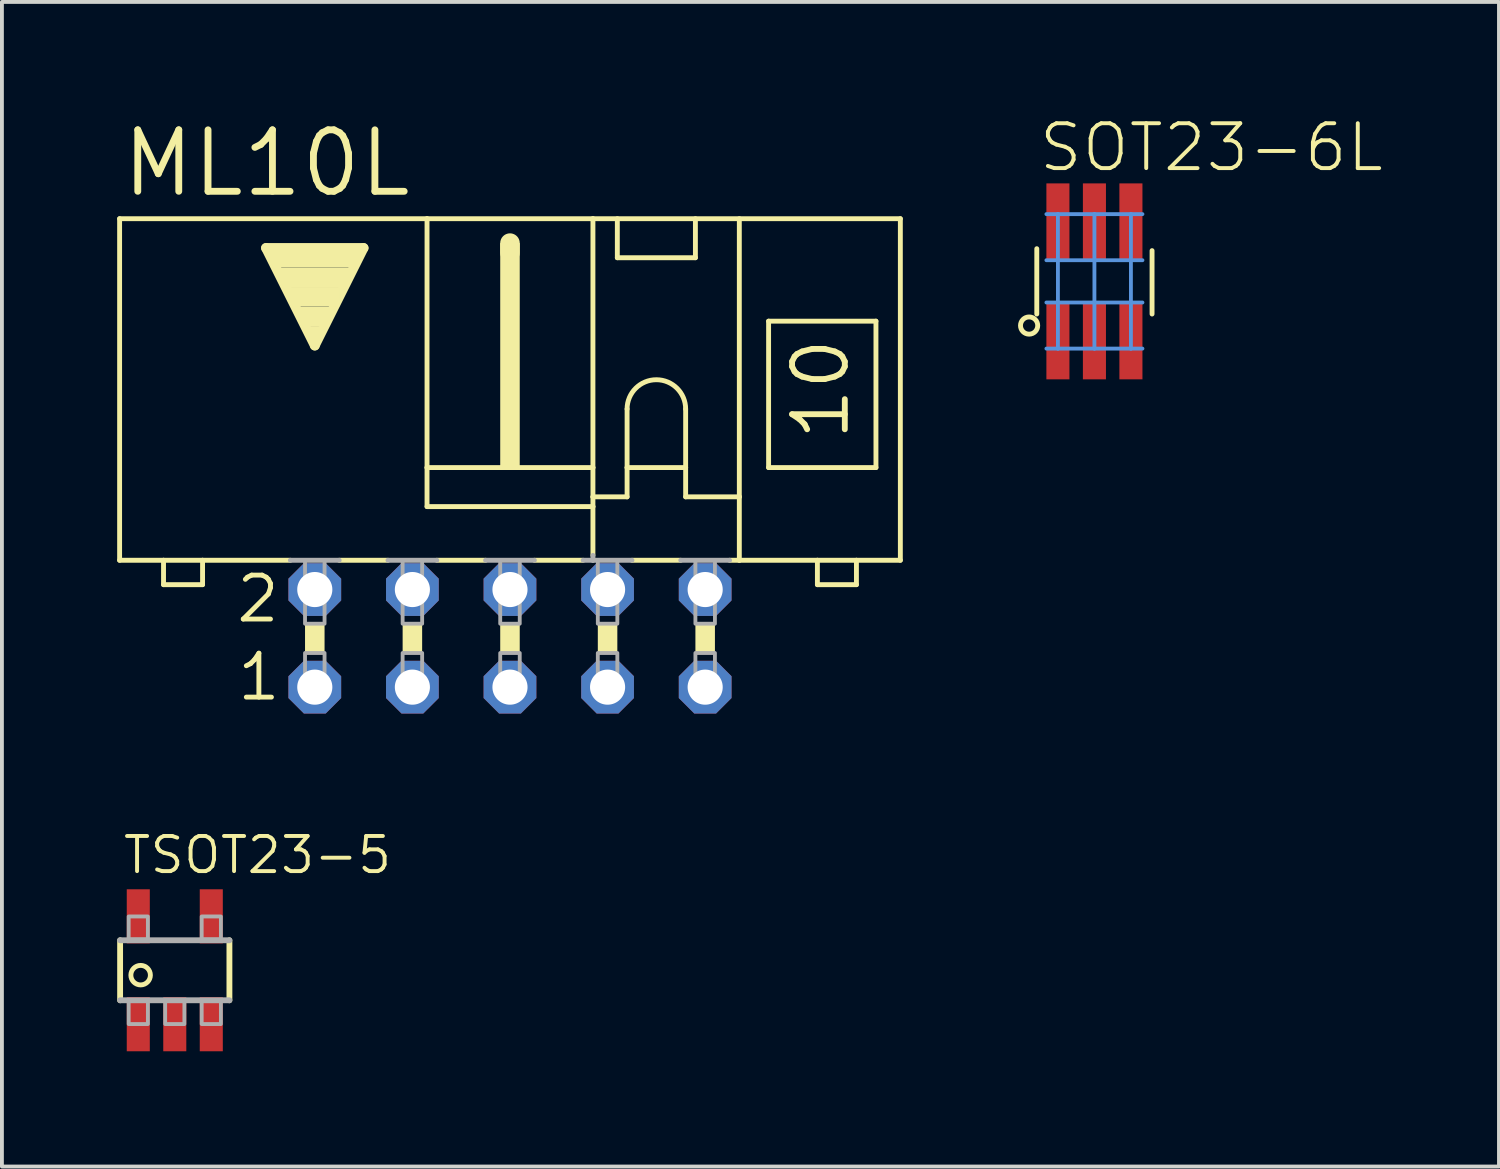
<source format=kicad_pcb>
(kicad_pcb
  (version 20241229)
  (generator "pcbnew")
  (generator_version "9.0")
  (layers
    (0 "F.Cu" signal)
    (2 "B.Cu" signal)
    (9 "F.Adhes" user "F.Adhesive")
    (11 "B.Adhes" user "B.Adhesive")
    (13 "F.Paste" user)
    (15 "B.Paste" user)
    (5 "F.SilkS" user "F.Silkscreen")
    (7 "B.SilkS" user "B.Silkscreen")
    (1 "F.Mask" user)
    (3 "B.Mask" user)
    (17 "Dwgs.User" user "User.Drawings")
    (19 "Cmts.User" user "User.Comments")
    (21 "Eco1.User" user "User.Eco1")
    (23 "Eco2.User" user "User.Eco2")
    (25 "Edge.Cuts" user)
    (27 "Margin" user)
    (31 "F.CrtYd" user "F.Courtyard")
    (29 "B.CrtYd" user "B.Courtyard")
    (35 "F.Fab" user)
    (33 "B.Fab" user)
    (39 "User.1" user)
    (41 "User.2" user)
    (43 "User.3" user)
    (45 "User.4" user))
  (footprint "ML10L"
    (layer "F.Cu")
    (at 10.223 13.564)
    (property "Reference" "ML10L" (at -10.185 -11.43 0) (layer "F.SilkS") (effects (font (size 1.6 1.6) (thickness 0.178)) (justify left bottom)))
    (fp_line (start -10.16 -2.032) (end -10.16 -10.922) (stroke (width 0.127) (type solid)) (layer "F.SilkS"))
    (fp_line (start -10.16 -2.032) (end -9.017 -2.032) (stroke (width 0.127) (type solid)) (layer "F.SilkS"))
    (fp_line (start -9.017 -2.032) (end -9.017 -1.397) (stroke (width 0.127) (type solid)) (layer "F.SilkS"))
    (fp_line (start -9.017 -2.032) (end -8.001 -2.032) (stroke (width 0.127) (type solid)) (layer "F.SilkS"))
    (fp_line (start -8.001 -2.032) (end -5.715 -2.032) (stroke (width 0.127) (type solid)) (layer "F.SilkS"))
    (fp_line (start -8.001 -1.397) (end -9.017 -1.397) (stroke (width 0.127) (type solid)) (layer "F.SilkS"))
    (fp_line (start -8.001 -1.397) (end -8.001 -2.032) (stroke (width 0.127) (type solid)) (layer "F.SilkS"))
    (fp_line (start -6.35 -10.16) (end -3.81 -10.16) (stroke (width 0.254) (type solid)) (layer "F.SilkS"))
    (fp_line (start -5.08 -7.62) (end -6.35 -10.16) (stroke (width 0.254) (type solid)) (layer "F.SilkS"))
    (fp_line (start -4.445 -2.032) (end -3.175 -2.032) (stroke (width 0.127) (type solid)) (layer "F.SilkS"))
    (fp_line (start -3.81 -10.16) (end -5.08 -7.62) (stroke (width 0.254) (type solid)) (layer "F.SilkS"))
    (fp_line (start -2.159 -10.922) (end -10.16 -10.922) (stroke (width 0.127) (type solid)) (layer "F.SilkS"))
    (fp_line (start -2.159 -10.922) (end -2.159 -4.445) (stroke (width 0.127) (type solid)) (layer "F.SilkS"))
    (fp_line (start -2.159 -10.922) (end 2.159 -10.922) (stroke (width 0.127) (type solid)) (layer "F.SilkS"))
    (fp_line (start -2.159 -4.445) (end -2.159 -3.429) (stroke (width 0.127) (type solid)) (layer "F.SilkS"))
    (fp_line (start -1.905 -2.032) (end -0.635 -2.032) (stroke (width 0.127) (type solid)) (layer "F.SilkS"))
    (fp_line (start 0 -10.033) (end 0 -10.287) (stroke (width 0.508) (type solid)) (layer "F.SilkS"))
    (fp_line (start 0.635 -2.032) (end 1.905 -2.032) (stroke (width 0.127) (type solid)) (layer "F.SilkS"))
    (fp_line (start 2.159 -10.922) (end 2.159 -4.445) (stroke (width 0.127) (type solid)) (layer "F.SilkS"))
    (fp_line (start 2.159 -10.922) (end 10.16 -10.922) (stroke (width 0.127) (type solid)) (layer "F.SilkS"))
    (fp_line (start 2.159 -4.445) (end -2.159 -4.445) (stroke (width 0.127) (type solid)) (layer "F.SilkS"))
    (fp_line (start 2.159 -4.445) (end 2.159 -3.683) (stroke (width 0.127) (type solid)) (layer "F.SilkS"))
    (fp_line (start 2.159 -3.683) (end 2.159 -3.429) (stroke (width 0.127) (type solid)) (layer "F.SilkS"))
    (fp_line (start 2.159 -3.683) (end 3.048 -3.683) (stroke (width 0.127) (type solid)) (layer "F.SilkS"))
    (fp_line (start 2.159 -3.429) (end -2.159 -3.429) (stroke (width 0.127) (type solid)) (layer "F.SilkS"))
    (fp_line (start 2.159 -3.429) (end 2.159 -2.159) (stroke (width 0.127) (type solid)) (layer "F.SilkS"))
    (fp_line (start 2.794 -9.906) (end 2.794 -10.922) (stroke (width 0.127) (type solid)) (layer "F.SilkS"))
    (fp_line (start 2.794 -9.906) (end 4.826 -9.906) (stroke (width 0.127) (type solid)) (layer "F.SilkS"))
    (fp_line (start 3.048 -5.969) (end 3.048 -4.445) (stroke (width 0.127) (type solid)) (layer "F.SilkS"))
    (fp_line (start 3.048 -4.445) (end 3.048 -3.683) (stroke (width 0.127) (type solid)) (layer "F.SilkS"))
    (fp_line (start 3.048 -4.445) (end 4.572 -4.445) (stroke (width 0.127) (type solid)) (layer "F.SilkS"))
    (fp_line (start 3.175 -2.032) (end 4.445 -2.032) (stroke (width 0.127) (type solid)) (layer "F.SilkS"))
    (fp_line (start 4.572 -5.969) (end 4.572 -4.445) (stroke (width 0.127) (type solid)) (layer "F.SilkS"))
    (fp_line (start 4.572 -4.445) (end 4.572 -3.683) (stroke (width 0.127) (type solid)) (layer "F.SilkS"))
    (fp_line (start 4.572 -3.683) (end 5.969 -3.683) (stroke (width 0.127) (type solid)) (layer "F.SilkS"))
    (fp_line (start 4.826 -10.922) (end 4.826 -9.906) (stroke (width 0.127) (type solid)) (layer "F.SilkS"))
    (fp_line (start 5.969 -3.683) (end 5.969 -10.922) (stroke (width 0.127) (type solid)) (layer "F.SilkS"))
    (fp_line (start 5.969 -3.683) (end 5.969 -2.032) (stroke (width 0.127) (type solid)) (layer "F.SilkS"))
    (fp_line (start 5.969 -2.032) (end 5.715 -2.032) (stroke (width 0.127) (type solid)) (layer "F.SilkS"))
    (fp_line (start 6.731 -8.255) (end 6.731 -4.445) (stroke (width 0.127) (type solid)) (layer "F.SilkS"))
    (fp_line (start 6.731 -8.255) (end 9.525 -8.255) (stroke (width 0.127) (type solid)) (layer "F.SilkS"))
    (fp_line (start 6.731 -4.445) (end 9.525 -4.445) (stroke (width 0.127) (type solid)) (layer "F.SilkS"))
    (fp_line (start 8.001 -2.032) (end 5.969 -2.032) (stroke (width 0.127) (type solid)) (layer "F.SilkS"))
    (fp_line (start 8.001 -2.032) (end 8.001 -1.397) (stroke (width 0.127) (type solid)) (layer "F.SilkS"))
    (fp_line (start 9.017 -2.032) (end 8.001 -2.032) (stroke (width 0.127) (type solid)) (layer "F.SilkS"))
    (fp_line (start 9.017 -1.397) (end 8.001 -1.397) (stroke (width 0.127) (type solid)) (layer "F.SilkS"))
    (fp_line (start 9.017 -1.397) (end 9.017 -2.032) (stroke (width 0.127) (type solid)) (layer "F.SilkS"))
    (fp_line (start 9.525 -4.445) (end 9.525 -8.255) (stroke (width 0.127) (type solid)) (layer "F.SilkS"))
    (fp_line (start 10.16 -10.922) (end 10.16 -2.032) (stroke (width 0.127) (type solid)) (layer "F.SilkS"))
    (fp_line (start 10.16 -2.032) (end 9.017 -2.032) (stroke (width 0.127) (type solid)) (layer "F.SilkS"))
    (fp_arc (start 3.048 -5.969) (mid 3.81 -6.731) (end 4.572 -5.969) (stroke (width 0.127) (type solid)) (layer "F.SilkS"))
    (fp_poly (pts (xy -6.223 -9.652) (xy -3.937 -9.652) (xy -3.937 -10.16) (xy -6.223 -10.16)) (stroke (width 0) (type solid)) (fill yes) (layer "F.SilkS"))
    (fp_poly (pts (xy -5.969 -9.144) (xy -4.191 -9.144) (xy -4.191 -9.652) (xy -5.969 -9.652)) (stroke (width 0) (type solid)) (fill yes) (layer "F.SilkS"))
    (fp_poly (pts (xy -5.715 -8.636) (xy -4.445 -8.636) (xy -4.445 -9.144) (xy -5.715 -9.144)) (stroke (width 0) (type solid)) (fill yes) (layer "F.SilkS"))
    (fp_poly (pts (xy -5.461 -8.128) (xy -4.699 -8.128) (xy -4.699 -8.636) (xy -5.461 -8.636)) (stroke (width 0) (type solid)) (fill yes) (layer "F.SilkS"))
    (fp_poly (pts (xy -5.334 0.381) (xy -4.826 0.381) (xy -4.826 -0.381) (xy -5.334 -0.381)) (stroke (width 0) (type solid)) (fill yes) (layer "F.SilkS"))
    (fp_poly (pts (xy -5.207 -7.874) (xy -4.953 -7.874) (xy -4.953 -8.128) (xy -5.207 -8.128)) (stroke (width 0) (type solid)) (fill yes) (layer "F.SilkS"))
    (fp_poly (pts (xy -2.794 0.381) (xy -2.286 0.381) (xy -2.286 -0.381) (xy -2.794 -0.381)) (stroke (width 0) (type solid)) (fill yes) (layer "F.SilkS"))
    (fp_poly (pts (xy -0.254 -4.445) (xy 0.254 -4.445) (xy 0.254 -10.287) (xy -0.254 -10.287)) (stroke (width 0) (type solid)) (fill yes) (layer "F.SilkS"))
    (fp_poly (pts (xy -0.254 0.381) (xy 0.254 0.381) (xy 0.254 -0.381) (xy -0.254 -0.381)) (stroke (width 0) (type solid)) (fill yes) (layer "F.SilkS"))
    (fp_poly (pts (xy 2.286 0.381) (xy 2.794 0.381) (xy 2.794 -0.381) (xy 2.286 -0.381)) (stroke (width 0) (type solid)) (fill yes) (layer "F.SilkS"))
    (fp_poly (pts (xy 4.826 0.381) (xy 5.334 0.381) (xy 5.334 -0.381) (xy 4.826 -0.381)) (stroke (width 0) (type solid)) (fill yes) (layer "F.SilkS"))
    (fp_line (start -5.715 -2.032) (end -4.445 -2.032) (stroke (width 0.127) (type solid)) (layer "F.Fab"))
    (fp_line (start -3.175 -2.032) (end -1.905 -2.032) (stroke (width 0.127) (type solid)) (layer "F.Fab"))
    (fp_line (start -0.635 -2.032) (end 0.635 -2.032) (stroke (width 0.127) (type solid)) (layer "F.Fab"))
    (fp_line (start 1.905 -2.032) (end 2.159 -2.032) (stroke (width 0.127) (type solid)) (layer "F.Fab"))
    (fp_line (start 2.159 -2.159) (end 2.159 -2.032) (stroke (width 0.127) (type solid)) (layer "F.Fab"))
    (fp_line (start 2.159 -2.032) (end 3.175 -2.032) (stroke (width 0.127) (type solid)) (layer "F.Fab"))
    (fp_line (start 5.715 -2.032) (end 4.445 -2.032) (stroke (width 0.127) (type solid)) (layer "F.Fab"))
    (fp_poly (pts (xy -5.334 -0.381) (xy -4.826 -0.381) (xy -4.826 -2.032) (xy -5.334 -2.032)) (stroke (width 0.1) (type solid)) (fill no) (layer "F.Fab"))
    (fp_poly (pts (xy -5.334 1.524) (xy -4.826 1.524) (xy -4.826 0.381) (xy -5.334 0.381)) (stroke (width 0.1) (type solid)) (fill no) (layer "F.Fab"))
    (fp_poly (pts (xy -2.794 -0.381) (xy -2.286 -0.381) (xy -2.286 -2.032) (xy -2.794 -2.032)) (stroke (width 0.1) (type solid)) (fill no) (layer "F.Fab"))
    (fp_poly (pts (xy -2.794 1.524) (xy -2.286 1.524) (xy -2.286 0.381) (xy -2.794 0.381)) (stroke (width 0.1) (type solid)) (fill no) (layer "F.Fab"))
    (fp_poly (pts (xy -0.254 -0.381) (xy 0.254 -0.381) (xy 0.254 -2.032) (xy -0.254 -2.032)) (stroke (width 0.1) (type solid)) (fill no) (layer "F.Fab"))
    (fp_poly (pts (xy -0.254 1.524) (xy 0.254 1.524) (xy 0.254 0.381) (xy -0.254 0.381)) (stroke (width 0.1) (type solid)) (fill no) (layer "F.Fab"))
    (fp_poly (pts (xy 2.286 -0.381) (xy 2.794 -0.381) (xy 2.794 -2.032) (xy 2.286 -2.032)) (stroke (width 0.1) (type solid)) (fill no) (layer "F.Fab"))
    (fp_poly (pts (xy 2.286 1.524) (xy 2.794 1.524) (xy 2.794 0.381) (xy 2.286 0.381)) (stroke (width 0.1) (type solid)) (fill no) (layer "F.Fab"))
    (fp_poly (pts (xy 4.826 -0.381) (xy 5.334 -0.381) (xy 5.334 -2.032) (xy 4.826 -2.032)) (stroke (width 0.1) (type solid)) (fill no) (layer "F.Fab"))
    (fp_poly (pts (xy 4.826 1.524) (xy 5.334 1.524) (xy 5.334 0.381) (xy 4.826 0.381)) (stroke (width 0.1) (type solid)) (fill no) (layer "F.Fab"))
    (fp_text user "10" (at 8.89 -5.08 90) (layer "F.SilkS") (effects (font (size 1.372 1.372) (thickness 0.152)) (justify left bottom)))
    (fp_text user "1" (at -7.163 1.676 0) (layer "F.SilkS") (effects (font (size 1.143 1.143) (thickness 0.127)) (justify left bottom)))
    (fp_text user "2" (at -7.188 -0.356 0) (layer "F.SilkS") (effects (font (size 1.143 1.143) (thickness 0.127)) (justify left bottom)))
    (pad "1" thru_hole roundrect (at -5.08 1.27) (size 1.372 1.372) (drill 0.914) (layers "*.Cu" "*.Mask") (roundrect_rratio 0.25) (chamfer_ratio 0.293) (chamfer top_left top_right bottom_left bottom_right))
    (pad "2" thru_hole roundrect (at -5.08 -1.27) (size 1.372 1.372) (drill 0.914) (layers "*.Cu" "*.Mask") (roundrect_rratio 0.25) (chamfer_ratio 0.293) (chamfer top_left top_right bottom_left bottom_right))
    (pad "3" thru_hole roundrect (at -2.54 1.27) (size 1.372 1.372) (drill 0.914) (layers "*.Cu" "*.Mask") (roundrect_rratio 0.25) (chamfer_ratio 0.293) (chamfer top_left top_right bottom_left bottom_right))
    (pad "4" thru_hole roundrect (at -2.54 -1.27) (size 1.372 1.372) (drill 0.914) (layers "*.Cu" "*.Mask") (roundrect_rratio 0.25) (chamfer_ratio 0.293) (chamfer top_left top_right bottom_left bottom_right))
    (pad "5" thru_hole roundrect (at 0 1.27) (size 1.372 1.372) (drill 0.914) (layers "*.Cu" "*.Mask") (roundrect_rratio 0.25) (chamfer_ratio 0.293) (chamfer top_left top_right bottom_left bottom_right))
    (pad "6" thru_hole roundrect (at 0 -1.27) (size 1.372 1.372) (drill 0.914) (layers "*.Cu" "*.Mask") (roundrect_rratio 0.25) (chamfer_ratio 0.293) (chamfer top_left top_right bottom_left bottom_right))
    (pad "7" thru_hole roundrect (at 2.54 1.27) (size 1.372 1.372) (drill 0.914) (layers "*.Cu" "*.Mask") (roundrect_rratio 0.25) (chamfer_ratio 0.293) (chamfer top_left top_right bottom_left bottom_right))
    (pad "8" thru_hole roundrect (at 2.54 -1.27) (size 1.372 1.372) (drill 0.914) (layers "*.Cu" "*.Mask") (roundrect_rratio 0.25) (chamfer_ratio 0.293) (chamfer top_left top_right bottom_left bottom_right))
    (pad "9" thru_hole roundrect (at 5.08 1.27) (size 1.372 1.372) (drill 0.914) (layers "*.Cu" "*.Mask") (roundrect_rratio 0.25) (chamfer_ratio 0.293) (chamfer top_left top_right bottom_left bottom_right))
    (pad "10" thru_hole roundrect (at 5.08 -1.27) (size 1.372 1.372) (drill 0.914) (layers "*.Cu" "*.Mask") (roundrect_rratio 0.25) (chamfer_ratio 0.293) (chamfer top_left top_right bottom_left bottom_right)))
  (footprint "TSOT23-5"
    (layer "F.Cu")
    (at 1.499 22.203)
    (property "Reference" "TSOT23-5" (at -1.397 -2.464 0) (layer "F.SilkS") (effects (font (size 0.914 0.914) (thickness 0.102)) (justify left bottom)))
    (fp_line (start -1.423 0.781) (end -1.423 -0.781) (stroke (width 0.152) (type solid)) (layer "F.SilkS"))
    (fp_line (start 1.422 -0.781) (end 1.422 0.781) (stroke (width 0.152) (type solid)) (layer "F.SilkS"))
    (fp_circle (center -0.889 0.127) (end -0.635 0.127) (stroke (width 0.127) (type solid)) (fill no) (layer "F.SilkS"))
    (fp_line (start -1.423 -0.781) (end 1.422 -0.781) (stroke (width 0.152) (type solid)) (layer "F.Fab"))
    (fp_line (start 1.422 0.781) (end -1.423 0.781) (stroke (width 0.152) (type solid)) (layer "F.Fab"))
    (fp_poly (pts (xy -1.2 -0.8) (xy -0.7 -0.8) (xy -0.7 -1.4) (xy -1.2 -1.4)) (stroke (width 0.1) (type solid)) (fill no) (layer "F.Fab"))
    (fp_poly (pts (xy -1.2 1.4) (xy -0.7 1.4) (xy -0.7 0.8) (xy -1.2 0.8)) (stroke (width 0.1) (type solid)) (fill no) (layer "F.Fab"))
    (fp_poly (pts (xy -0.25 1.4) (xy 0.25 1.4) (xy 0.25 0.8) (xy -0.25 0.8)) (stroke (width 0.1) (type solid)) (fill no) (layer "F.Fab"))
    (fp_poly (pts (xy 0.7 -0.8) (xy 1.2 -0.8) (xy 1.2 -1.4) (xy 0.7 -1.4)) (stroke (width 0.1) (type solid)) (fill no) (layer "F.Fab"))
    (fp_poly (pts (xy 0.7 1.4) (xy 1.2 1.4) (xy 1.2 0.8) (xy 0.7 0.8)) (stroke (width 0.1) (type solid)) (fill no) (layer "F.Fab"))
    (pad "1" smd rect (at -0.95 1.404) (size 0.6 1.408) (layers "F.Cu" "F.Mask" "F.Paste"))
    (pad "2" smd rect (at 0 1.404) (size 0.6 1.408) (layers "F.Cu" "F.Mask" "F.Paste"))
    (pad "3" smd rect (at 0.95 1.404) (size 0.6 1.408) (layers "F.Cu" "F.Mask" "F.Paste"))
    (pad "4" smd rect (at 0.95 -1.404) (size 0.6 1.408) (layers "F.Cu" "F.Mask" "F.Paste"))
    (pad "5" smd rect (at -0.95 -1.404) (size 0.6 1.408) (layers "F.Cu" "F.Mask" "F.Paste")))
  (footprint "SOT23-6L"
    (layer "F.Cu")
    (at 25.434 4.273)
    (property "Reference" "SOT23-6L" (at -1.5 -2.8 0) (layer "F.SilkS") (effects (font (size 1.168 1.168) (thickness 0.102)) (justify left bottom)))
    (fp_line (start -1.5 0.85) (end -1.5 -0.85) (stroke (width 0.127) (type solid)) (layer "F.SilkS"))
    (fp_line (start 1.5 0.85) (end 1.5 -0.8) (stroke (width 0.127) (type solid)) (layer "F.SilkS"))
    (fp_circle (center -1.7 1.15) (end -1.476 1.15) (stroke (width 0.127) (type solid)) (fill no) (layer "F.SilkS"))
    (fp_line (start -1.25 -1.75) (end -0.95 -1.75) (stroke (width 0.1) (type solid)) (layer "Cmts.User"))
    (fp_line (start -1.25 -0.55) (end 1.25 -0.55) (stroke (width 0.1) (type solid)) (layer "Cmts.User"))
    (fp_line (start -1.25 1.75) (end -0.95 1.75) (stroke (width 0.1) (type solid)) (layer "Cmts.User"))
    (fp_line (start -0.95 -1.75) (end 0 -1.75) (stroke (width 0.1) (type solid)) (layer "Cmts.User"))
    (fp_line (start -0.95 1.75) (end -0.95 -1.75) (stroke (width 0.1) (type solid)) (layer "Cmts.User"))
    (fp_line (start -0.95 1.75) (end 0 1.75) (stroke (width 0.1) (type solid)) (layer "Cmts.User"))
    (fp_line (start 0 -1.75) (end 0.95 -1.75) (stroke (width 0.1) (type solid)) (layer "Cmts.User"))
    (fp_line (start 0 1.75) (end 0 -1.75) (stroke (width 0.1) (type solid)) (layer "Cmts.User"))
    (fp_line (start 0 1.75) (end 0.95 1.75) (stroke (width 0.1) (type solid)) (layer "Cmts.User"))
    (fp_line (start 0.95 -1.75) (end 0.95 1.75) (stroke (width 0.1) (type solid)) (layer "Cmts.User"))
    (fp_line (start 0.95 -1.75) (end 1.25 -1.75) (stroke (width 0.1) (type solid)) (layer "Cmts.User"))
    (fp_line (start 0.95 1.75) (end 1.25 1.75) (stroke (width 0.1) (type solid)) (layer "Cmts.User"))
    (fp_line (start 1.25 0.55) (end -1.25 0.55) (stroke (width 0.1) (type solid)) (layer "Cmts.User"))
    (pad "P$1" smd rect (at -0.95 1.55 90) (size 2 0.6) (layers "F.Cu" "F.Mask" "F.Paste"))
    (pad "P$2" smd rect (at 0 1.55 90) (size 2 0.6) (layers "F.Cu" "F.Mask" "F.Paste"))
    (pad "P$3" smd rect (at 0.95 1.55 90) (size 2 0.6) (layers "F.Cu" "F.Mask" "F.Paste"))
    (pad "P$4" smd rect (at 0.95 -1.55 90) (size 2 0.6) (layers "F.Cu" "F.Mask" "F.Paste"))
    (pad "P$5" smd rect (at 0 -1.55 90) (size 2 0.6) (layers "F.Cu" "F.Mask" "F.Paste"))
    (pad "P$6" smd rect (at -0.95 -1.55 90) (size 2 0.6) (layers "F.Cu" "F.Mask" "F.Paste")))
  (gr_rect
    (start -3 -3)
    (end 35.963 27.311)
    (stroke (width 0.1) (type default))
    (fill no)
    (layer "Edge.Cuts")))
</source>
